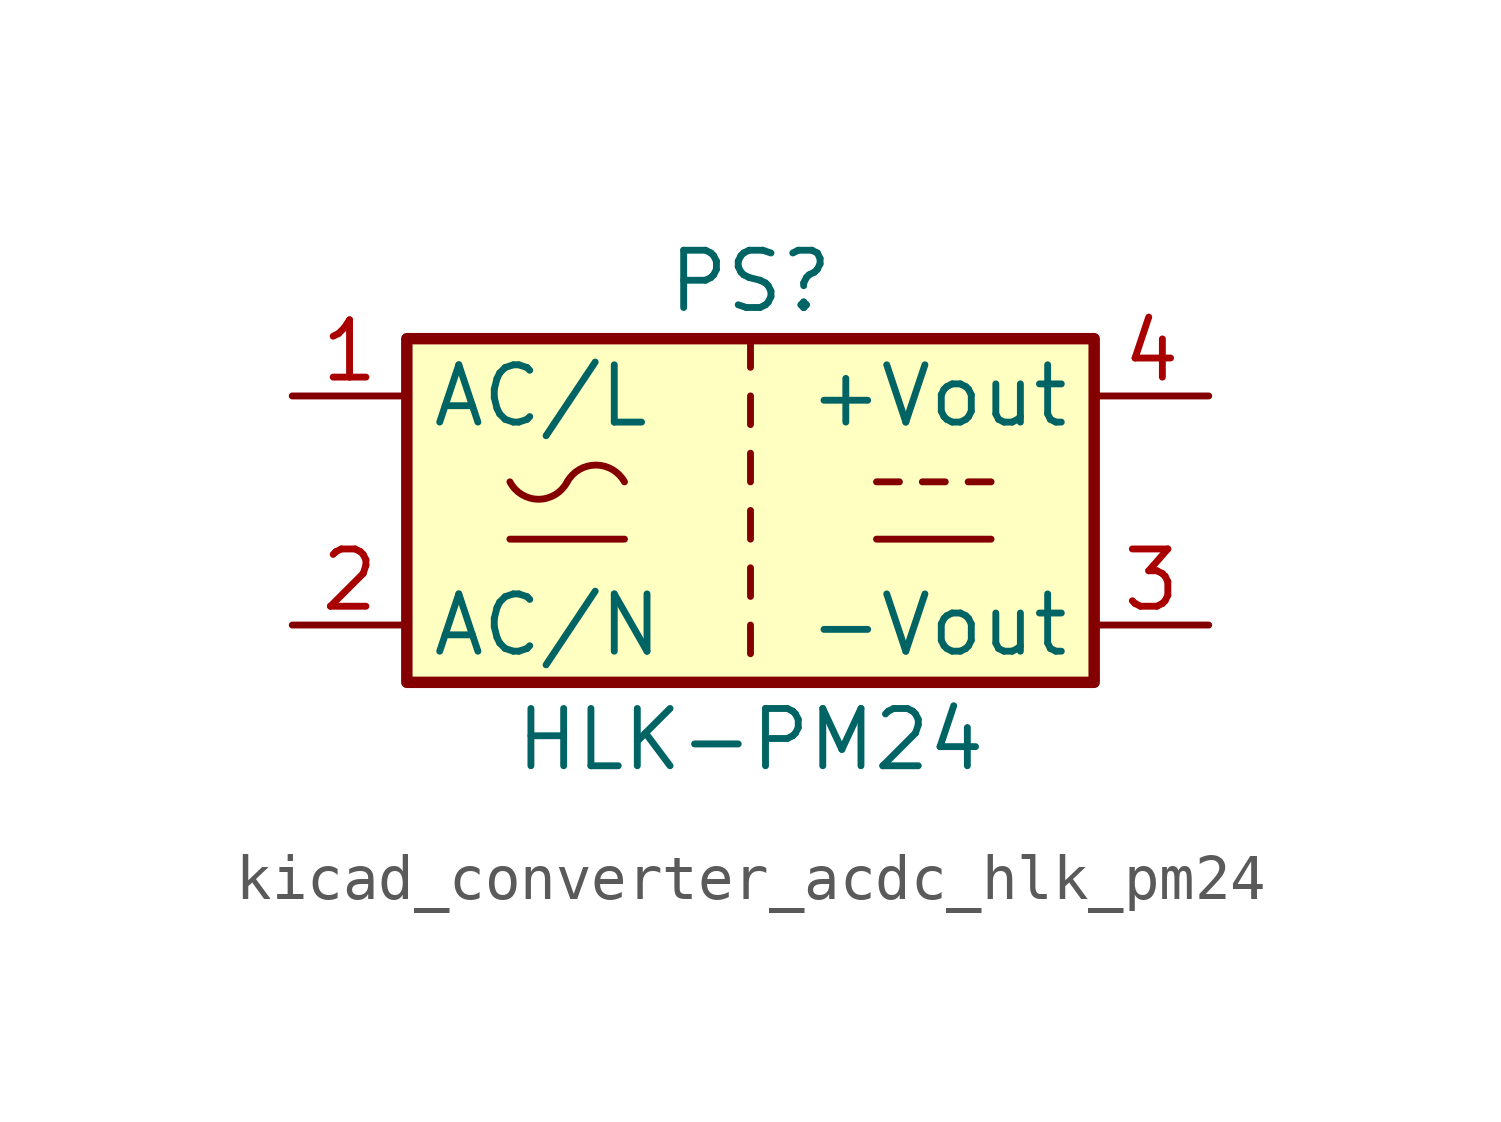
<source format=kicad_sym>
(kicad_symbol_lib
  (version 20220914)
  (generator kicad_symbol_editor)
  (symbol "kicad_converter_acdc_hlk_pm24"
    (property "Reference" "PS"
      (at 0 5.08 0)
      (effects (font (size 1.27 1.27))))
    (property "Value" "HLK-PM24"
      (at 0 -5.08 0)
      (effects (font (size 1.27 1.27))))
    (symbol "kicad_converter_acdc_hlk_pm24_0_1"
      (rectangle (start -7.62 3.81) (end 7.62 -3.81) (stroke (width 0.254) (type default)) (fill (type background)))
      (arc (start -5.334 0.635) (mid -4.699 0.2495) (end -4.064 0.635) (stroke (width 0) (type default)) (fill (type none)))
      (arc (start -2.794 0.635) (mid -3.429 1.0072) (end -4.064 0.635) (stroke (width 0) (type default)) (fill (type none)))
      (polyline (pts (xy -5.334 -0.635) (xy -2.794 -0.635)) (stroke (width 0) (type default)) (fill (type none)))
      (polyline (pts (xy 0 -2.54) (xy 0 -3.175)) (stroke (width 0) (type default)) (fill (type none)))
      (polyline (pts (xy 0 -1.27) (xy 0 -1.905)) (stroke (width 0) (type default)) (fill (type none)))
      (polyline (pts (xy 0 0) (xy 0 -0.635)) (stroke (width 0) (type default)) (fill (type none)))
      (polyline (pts (xy 0 1.27) (xy 0 0.635)) (stroke (width 0) (type default)) (fill (type none)))
      (polyline (pts (xy 0 2.54) (xy 0 1.905)) (stroke (width 0) (type default)) (fill (type none)))
      (polyline (pts (xy 0 3.81) (xy 0 3.175)) (stroke (width 0) (type default)) (fill (type none)))
      (polyline (pts (xy 2.794 -0.635) (xy 5.334 -0.635)) (stroke (width 0) (type default)) (fill (type none)))
      (polyline (pts (xy 2.794 0.635) (xy 3.302 0.635)) (stroke (width 0) (type default)) (fill (type none)))
      (polyline (pts (xy 3.81 0.635) (xy 4.318 0.635)) (stroke (width 0) (type default)) (fill (type none)))
      (polyline (pts (xy 4.826 0.635) (xy 5.334 0.635)) (stroke (width 0) (type default)) (fill (type none))))
    (symbol "kicad_converter_acdc_hlk_pm24_1_1"
      (pin power_in line (at -10.16 2.54 0) (length 2.54) (name "AC/L" (effects (font (size 1.27 1.27)))) (number "1" (effects (font (size 1.27 1.27)))))
      (pin power_in line (at -10.16 -2.54 0) (length 2.54) (name "AC/N" (effects (font (size 1.27 1.27)))) (number "2" (effects (font (size 1.27 1.27)))))
      (pin power_out line (at 10.16 -2.54 180) (length 2.54) (name "-Vout" (effects (font (size 1.27 1.27)))) (number "3" (effects (font (size 1.27 1.27)))))
      (pin power_out line (at 10.16 2.54 180) (length 2.54) (name "+Vout" (effects (font (size 1.27 1.27)))) (number "4" (effects (font (size 1.27 1.27))))))))
</source>
